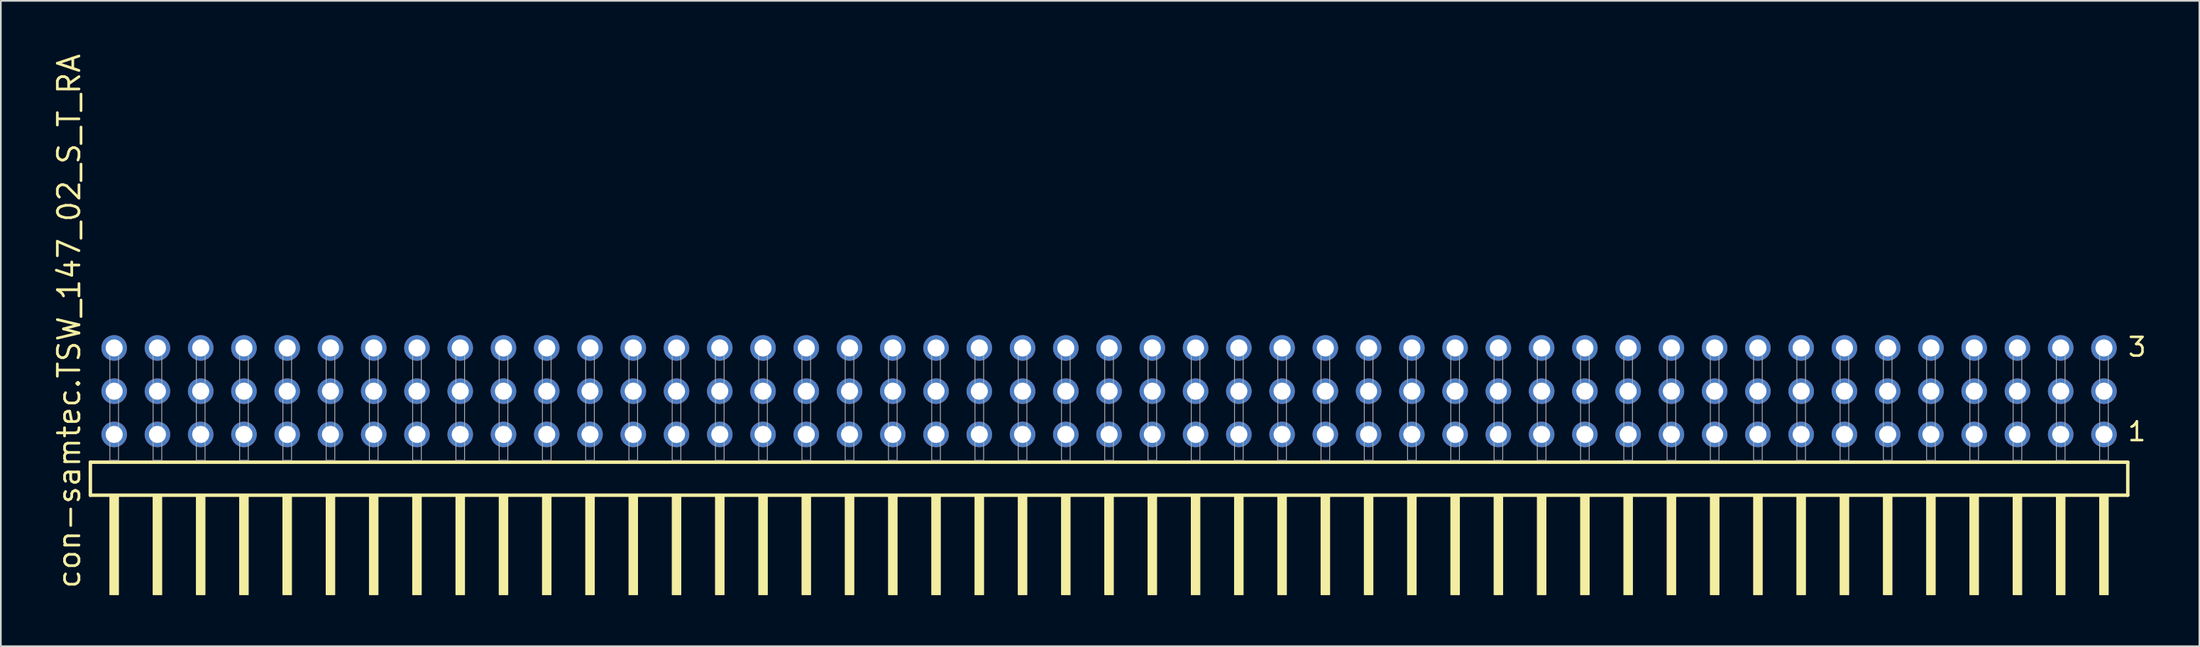
<source format=kicad_pcb>
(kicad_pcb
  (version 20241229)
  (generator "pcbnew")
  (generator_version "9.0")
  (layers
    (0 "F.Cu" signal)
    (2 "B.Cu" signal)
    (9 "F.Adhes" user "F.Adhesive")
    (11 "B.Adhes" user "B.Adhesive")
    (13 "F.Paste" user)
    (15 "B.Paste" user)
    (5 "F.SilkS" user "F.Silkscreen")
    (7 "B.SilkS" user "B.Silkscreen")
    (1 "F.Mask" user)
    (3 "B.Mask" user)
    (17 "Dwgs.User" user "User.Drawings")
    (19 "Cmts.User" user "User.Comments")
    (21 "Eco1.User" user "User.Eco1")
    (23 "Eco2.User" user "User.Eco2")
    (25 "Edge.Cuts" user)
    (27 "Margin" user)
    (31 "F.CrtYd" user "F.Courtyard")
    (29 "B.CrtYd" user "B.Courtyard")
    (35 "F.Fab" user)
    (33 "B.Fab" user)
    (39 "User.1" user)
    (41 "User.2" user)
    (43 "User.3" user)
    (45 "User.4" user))
  (footprint "con-samtec.TSW_147_02_S_T_RA"
    (layer "F.Cu")
    (at 62.075 23.993)
    (property "Reference" "con-samtec.TSW_147_02_S_T_RA" (at -60.325 7.62 90) (layer "F.SilkS") (effects (font (size 1.27 1.27) (thickness 0.16)) (justify left bottom)))
    (attr through_hole)
    (fp_line (start -59.819 0.106) (end -59.819 2.046) (stroke (width 0.203) (type default)) (layer "F.SilkS"))
    (fp_line (start -59.819 2.046) (end 59.819 2.046) (stroke (width 0.203) (type default)) (layer "F.SilkS"))
    (fp_line (start 59.819 0.106) (end -59.819 0.106) (stroke (width 0.203) (type default)) (layer "F.SilkS"))
    (fp_line (start 59.819 2.046) (end 59.819 0.106) (stroke (width 0.203) (type default)) (layer "F.SilkS"))
    (fp_rect (start -58.674 7.89) (end -58.166 2.04) (stroke (width 0.05) (type default)) (fill yes) (layer "F.SilkS"))
    (fp_rect (start -56.134 7.89) (end -55.626 2.04) (stroke (width 0.05) (type default)) (fill yes) (layer "F.SilkS"))
    (fp_rect (start -53.594 7.89) (end -53.086 2.04) (stroke (width 0.05) (type default)) (fill yes) (layer "F.SilkS"))
    (fp_rect (start -51.054 7.89) (end -50.546 2.04) (stroke (width 0.05) (type default)) (fill yes) (layer "F.SilkS"))
    (fp_rect (start -48.514 7.89) (end -48.006 2.04) (stroke (width 0.05) (type default)) (fill yes) (layer "F.SilkS"))
    (fp_rect (start -45.974 7.89) (end -45.466 2.04) (stroke (width 0.05) (type default)) (fill yes) (layer "F.SilkS"))
    (fp_rect (start -43.434 7.89) (end -42.926 2.04) (stroke (width 0.05) (type default)) (fill yes) (layer "F.SilkS"))
    (fp_rect (start -40.894 7.89) (end -40.386 2.04) (stroke (width 0.05) (type default)) (fill yes) (layer "F.SilkS"))
    (fp_rect (start -38.354 7.89) (end -37.846 2.04) (stroke (width 0.05) (type default)) (fill yes) (layer "F.SilkS"))
    (fp_rect (start -35.814 7.89) (end -35.306 2.04) (stroke (width 0.05) (type default)) (fill yes) (layer "F.SilkS"))
    (fp_rect (start -33.274 7.89) (end -32.766 2.04) (stroke (width 0.05) (type default)) (fill yes) (layer "F.SilkS"))
    (fp_rect (start -30.734 7.89) (end -30.226 2.04) (stroke (width 0.05) (type default)) (fill yes) (layer "F.SilkS"))
    (fp_rect (start -28.194 7.89) (end -27.686 2.04) (stroke (width 0.05) (type default)) (fill yes) (layer "F.SilkS"))
    (fp_rect (start -25.654 7.89) (end -25.146 2.04) (stroke (width 0.05) (type default)) (fill yes) (layer "F.SilkS"))
    (fp_rect (start -23.114 7.89) (end -22.606 2.04) (stroke (width 0.05) (type default)) (fill yes) (layer "F.SilkS"))
    (fp_rect (start -20.574 7.89) (end -20.066 2.04) (stroke (width 0.05) (type default)) (fill yes) (layer "F.SilkS"))
    (fp_rect (start -18.034 7.89) (end -17.526 2.04) (stroke (width 0.05) (type default)) (fill yes) (layer "F.SilkS"))
    (fp_rect (start -15.494 7.89) (end -14.986 2.04) (stroke (width 0.05) (type default)) (fill yes) (layer "F.SilkS"))
    (fp_rect (start -12.954 7.89) (end -12.446 2.04) (stroke (width 0.05) (type default)) (fill yes) (layer "F.SilkS"))
    (fp_rect (start -10.414 7.89) (end -9.906 2.04) (stroke (width 0.05) (type default)) (fill yes) (layer "F.SilkS"))
    (fp_rect (start -7.874 7.89) (end -7.366 2.04) (stroke (width 0.05) (type default)) (fill yes) (layer "F.SilkS"))
    (fp_rect (start -5.334 7.89) (end -4.826 2.04) (stroke (width 0.05) (type default)) (fill yes) (layer "F.SilkS"))
    (fp_rect (start -2.794 7.89) (end -2.286 2.04) (stroke (width 0.05) (type default)) (fill yes) (layer "F.SilkS"))
    (fp_rect (start -0.254 7.89) (end 0.254 2.04) (stroke (width 0.05) (type default)) (fill yes) (layer "F.SilkS"))
    (fp_rect (start 2.286 7.89) (end 2.794 2.04) (stroke (width 0.05) (type default)) (fill yes) (layer "F.SilkS"))
    (fp_rect (start 4.826 7.89) (end 5.334 2.04) (stroke (width 0.05) (type default)) (fill yes) (layer "F.SilkS"))
    (fp_rect (start 7.366 7.89) (end 7.874 2.04) (stroke (width 0.05) (type default)) (fill yes) (layer "F.SilkS"))
    (fp_rect (start 9.906 7.89) (end 10.414 2.04) (stroke (width 0.05) (type default)) (fill yes) (layer "F.SilkS"))
    (fp_rect (start 12.446 7.89) (end 12.954 2.04) (stroke (width 0.05) (type default)) (fill yes) (layer "F.SilkS"))
    (fp_rect (start 14.986 7.89) (end 15.494 2.04) (stroke (width 0.05) (type default)) (fill yes) (layer "F.SilkS"))
    (fp_rect (start 17.526 7.89) (end 18.034 2.04) (stroke (width 0.05) (type default)) (fill yes) (layer "F.SilkS"))
    (fp_rect (start 20.066 7.89) (end 20.574 2.04) (stroke (width 0.05) (type default)) (fill yes) (layer "F.SilkS"))
    (fp_rect (start 22.606 7.89) (end 23.114 2.04) (stroke (width 0.05) (type default)) (fill yes) (layer "F.SilkS"))
    (fp_rect (start 25.146 7.89) (end 25.654 2.04) (stroke (width 0.05) (type default)) (fill yes) (layer "F.SilkS"))
    (fp_rect (start 27.686 7.89) (end 28.194 2.04) (stroke (width 0.05) (type default)) (fill yes) (layer "F.SilkS"))
    (fp_rect (start 30.226 7.89) (end 30.734 2.04) (stroke (width 0.05) (type default)) (fill yes) (layer "F.SilkS"))
    (fp_rect (start 32.766 7.89) (end 33.274 2.04) (stroke (width 0.05) (type default)) (fill yes) (layer "F.SilkS"))
    (fp_rect (start 35.306 7.89) (end 35.814 2.04) (stroke (width 0.05) (type default)) (fill yes) (layer "F.SilkS"))
    (fp_rect (start 37.846 7.89) (end 38.354 2.04) (stroke (width 0.05) (type default)) (fill yes) (layer "F.SilkS"))
    (fp_rect (start 40.386 7.89) (end 40.894 2.04) (stroke (width 0.05) (type default)) (fill yes) (layer "F.SilkS"))
    (fp_rect (start 42.926 7.89) (end 43.434 2.04) (stroke (width 0.05) (type default)) (fill yes) (layer "F.SilkS"))
    (fp_rect (start 45.466 7.89) (end 45.974 2.04) (stroke (width 0.05) (type default)) (fill yes) (layer "F.SilkS"))
    (fp_rect (start 48.006 7.89) (end 48.514 2.04) (stroke (width 0.05) (type default)) (fill yes) (layer "F.SilkS"))
    (fp_rect (start 50.546 7.89) (end 51.054 2.04) (stroke (width 0.05) (type default)) (fill yes) (layer "F.SilkS"))
    (fp_rect (start 53.086 7.89) (end 53.594 2.04) (stroke (width 0.05) (type default)) (fill yes) (layer "F.SilkS"))
    (fp_rect (start 55.626 7.89) (end 56.134 2.04) (stroke (width 0.05) (type default)) (fill yes) (layer "F.SilkS"))
    (fp_rect (start 58.166 7.89) (end 58.674 2.04) (stroke (width 0.05) (type default)) (fill yes) (layer "F.SilkS"))
    (fp_rect (start -58.674 0) (end -58.166 -6.858) (stroke (width 0.05) (type default)) (fill no) (layer "F.Fab"))
    (fp_rect (start -56.134 0) (end -55.626 -6.858) (stroke (width 0.05) (type default)) (fill no) (layer "F.Fab"))
    (fp_rect (start -53.594 0) (end -53.086 -6.858) (stroke (width 0.05) (type default)) (fill no) (layer "F.Fab"))
    (fp_rect (start -51.054 0) (end -50.546 -6.858) (stroke (width 0.05) (type default)) (fill no) (layer "F.Fab"))
    (fp_rect (start -48.514 0) (end -48.006 -6.858) (stroke (width 0.05) (type default)) (fill no) (layer "F.Fab"))
    (fp_rect (start -45.974 0) (end -45.466 -6.858) (stroke (width 0.05) (type default)) (fill no) (layer "F.Fab"))
    (fp_rect (start -43.434 0) (end -42.926 -6.858) (stroke (width 0.05) (type default)) (fill no) (layer "F.Fab"))
    (fp_rect (start -40.894 0) (end -40.386 -6.858) (stroke (width 0.05) (type default)) (fill no) (layer "F.Fab"))
    (fp_rect (start -38.354 0) (end -37.846 -6.858) (stroke (width 0.05) (type default)) (fill no) (layer "F.Fab"))
    (fp_rect (start -35.814 0) (end -35.306 -6.858) (stroke (width 0.05) (type default)) (fill no) (layer "F.Fab"))
    (fp_rect (start -33.274 0) (end -32.766 -6.858) (stroke (width 0.05) (type default)) (fill no) (layer "F.Fab"))
    (fp_rect (start -30.734 0) (end -30.226 -6.858) (stroke (width 0.05) (type default)) (fill no) (layer "F.Fab"))
    (fp_rect (start -28.194 0) (end -27.686 -6.858) (stroke (width 0.05) (type default)) (fill no) (layer "F.Fab"))
    (fp_rect (start -25.654 0) (end -25.146 -6.858) (stroke (width 0.05) (type default)) (fill no) (layer "F.Fab"))
    (fp_rect (start -23.114 0) (end -22.606 -6.858) (stroke (width 0.05) (type default)) (fill no) (layer "F.Fab"))
    (fp_rect (start -20.574 0) (end -20.066 -6.858) (stroke (width 0.05) (type default)) (fill no) (layer "F.Fab"))
    (fp_rect (start -18.034 0) (end -17.526 -6.858) (stroke (width 0.05) (type default)) (fill no) (layer "F.Fab"))
    (fp_rect (start -15.494 0) (end -14.986 -6.858) (stroke (width 0.05) (type default)) (fill no) (layer "F.Fab"))
    (fp_rect (start -12.954 0) (end -12.446 -6.858) (stroke (width 0.05) (type default)) (fill no) (layer "F.Fab"))
    (fp_rect (start -10.414 0) (end -9.906 -6.858) (stroke (width 0.05) (type default)) (fill no) (layer "F.Fab"))
    (fp_rect (start -7.874 0) (end -7.366 -6.858) (stroke (width 0.05) (type default)) (fill no) (layer "F.Fab"))
    (fp_rect (start -5.334 0) (end -4.826 -6.858) (stroke (width 0.05) (type default)) (fill no) (layer "F.Fab"))
    (fp_rect (start -2.794 0) (end -2.286 -6.858) (stroke (width 0.05) (type default)) (fill no) (layer "F.Fab"))
    (fp_rect (start -0.254 0) (end 0.254 -6.858) (stroke (width 0.05) (type default)) (fill no) (layer "F.Fab"))
    (fp_rect (start 2.286 0) (end 2.794 -6.858) (stroke (width 0.05) (type default)) (fill no) (layer "F.Fab"))
    (fp_rect (start 4.826 0) (end 5.334 -6.858) (stroke (width 0.05) (type default)) (fill no) (layer "F.Fab"))
    (fp_rect (start 7.366 0) (end 7.874 -6.858) (stroke (width 0.05) (type default)) (fill no) (layer "F.Fab"))
    (fp_rect (start 9.906 0) (end 10.414 -6.858) (stroke (width 0.05) (type default)) (fill no) (layer "F.Fab"))
    (fp_rect (start 12.446 0) (end 12.954 -6.858) (stroke (width 0.05) (type default)) (fill no) (layer "F.Fab"))
    (fp_rect (start 14.986 0) (end 15.494 -6.858) (stroke (width 0.05) (type default)) (fill no) (layer "F.Fab"))
    (fp_rect (start 17.526 0) (end 18.034 -6.858) (stroke (width 0.05) (type default)) (fill no) (layer "F.Fab"))
    (fp_rect (start 20.066 0) (end 20.574 -6.858) (stroke (width 0.05) (type default)) (fill no) (layer "F.Fab"))
    (fp_rect (start 22.606 0) (end 23.114 -6.858) (stroke (width 0.05) (type default)) (fill no) (layer "F.Fab"))
    (fp_rect (start 25.146 0) (end 25.654 -6.858) (stroke (width 0.05) (type default)) (fill no) (layer "F.Fab"))
    (fp_rect (start 27.686 0) (end 28.194 -6.858) (stroke (width 0.05) (type default)) (fill no) (layer "F.Fab"))
    (fp_rect (start 30.226 0) (end 30.734 -6.858) (stroke (width 0.05) (type default)) (fill no) (layer "F.Fab"))
    (fp_rect (start 32.766 0) (end 33.274 -6.858) (stroke (width 0.05) (type default)) (fill no) (layer "F.Fab"))
    (fp_rect (start 35.306 0) (end 35.814 -6.858) (stroke (width 0.05) (type default)) (fill no) (layer "F.Fab"))
    (fp_rect (start 37.846 0) (end 38.354 -6.858) (stroke (width 0.05) (type default)) (fill no) (layer "F.Fab"))
    (fp_rect (start 40.386 0) (end 40.894 -6.858) (stroke (width 0.05) (type default)) (fill no) (layer "F.Fab"))
    (fp_rect (start 42.926 0) (end 43.434 -6.858) (stroke (width 0.05) (type default)) (fill no) (layer "F.Fab"))
    (fp_rect (start 45.466 0) (end 45.974 -6.858) (stroke (width 0.05) (type default)) (fill no) (layer "F.Fab"))
    (fp_rect (start 48.006 0) (end 48.514 -6.858) (stroke (width 0.05) (type default)) (fill no) (layer "F.Fab"))
    (fp_rect (start 50.546 0) (end 51.054 -6.858) (stroke (width 0.05) (type default)) (fill no) (layer "F.Fab"))
    (fp_rect (start 53.086 0) (end 53.594 -6.858) (stroke (width 0.05) (type default)) (fill no) (layer "F.Fab"))
    (fp_rect (start 55.626 0) (end 56.134 -6.858) (stroke (width 0.05) (type default)) (fill no) (layer "F.Fab"))
    (fp_rect (start 58.166 0) (end 58.674 -6.858) (stroke (width 0.05) (type default)) (fill no) (layer "F.Fab"))
    (fp_text user "1" (at 59.73 -1.05 0) (layer "F.SilkS") (effects (font (size 1.1 1.1) (thickness 0.15)) (justify left bottom)))
    (fp_text user "3" (at 59.745 -6.015 0) (layer "F.SilkS") (effects (font (size 1.1 1.1) (thickness 0.15)) (justify left bottom)))
    (pad "1" thru_hole circle (at 58.42 -1.524 180) (size 1.5 1.5) (drill 1) (layers "*.Cu" "*.Mask"))
    (pad "2" thru_hole circle (at 58.42 -4.064 180) (size 1.5 1.5) (drill 1) (layers "*.Cu" "*.Mask"))
    (pad "3" thru_hole circle (at 58.42 -6.604 180) (size 1.5 1.5) (drill 1) (layers "*.Cu" "*.Mask"))
    (pad "4" thru_hole circle (at 55.88 -1.524 180) (size 1.5 1.5) (drill 1) (layers "*.Cu" "*.Mask"))
    (pad "5" thru_hole circle (at 55.88 -4.064 180) (size 1.5 1.5) (drill 1) (layers "*.Cu" "*.Mask"))
    (pad "6" thru_hole circle (at 55.88 -6.604 180) (size 1.5 1.5) (drill 1) (layers "*.Cu" "*.Mask"))
    (pad "7" thru_hole circle (at 53.34 -1.524 180) (size 1.5 1.5) (drill 1) (layers "*.Cu" "*.Mask"))
    (pad "8" thru_hole circle (at 53.34 -4.064 180) (size 1.5 1.5) (drill 1) (layers "*.Cu" "*.Mask"))
    (pad "9" thru_hole circle (at 53.34 -6.604 180) (size 1.5 1.5) (drill 1) (layers "*.Cu" "*.Mask"))
    (pad "10" thru_hole circle (at 50.8 -1.524 180) (size 1.5 1.5) (drill 1) (layers "*.Cu" "*.Mask"))
    (pad "11" thru_hole circle (at 50.8 -4.064 180) (size 1.5 1.5) (drill 1) (layers "*.Cu" "*.Mask"))
    (pad "12" thru_hole circle (at 50.8 -6.604 180) (size 1.5 1.5) (drill 1) (layers "*.Cu" "*.Mask"))
    (pad "13" thru_hole circle (at 48.26 -1.524 180) (size 1.5 1.5) (drill 1) (layers "*.Cu" "*.Mask"))
    (pad "14" thru_hole circle (at 48.26 -4.064 180) (size 1.5 1.5) (drill 1) (layers "*.Cu" "*.Mask"))
    (pad "15" thru_hole circle (at 48.26 -6.604 180) (size 1.5 1.5) (drill 1) (layers "*.Cu" "*.Mask"))
    (pad "16" thru_hole circle (at 45.72 -1.524 180) (size 1.5 1.5) (drill 1) (layers "*.Cu" "*.Mask"))
    (pad "17" thru_hole circle (at 45.72 -4.064 180) (size 1.5 1.5) (drill 1) (layers "*.Cu" "*.Mask"))
    (pad "18" thru_hole circle (at 45.72 -6.604 180) (size 1.5 1.5) (drill 1) (layers "*.Cu" "*.Mask"))
    (pad "19" thru_hole circle (at 43.18 -1.524 180) (size 1.5 1.5) (drill 1) (layers "*.Cu" "*.Mask"))
    (pad "20" thru_hole circle (at 43.18 -4.064 180) (size 1.5 1.5) (drill 1) (layers "*.Cu" "*.Mask"))
    (pad "21" thru_hole circle (at 43.18 -6.604 180) (size 1.5 1.5) (drill 1) (layers "*.Cu" "*.Mask"))
    (pad "22" thru_hole circle (at 40.64 -1.524 180) (size 1.5 1.5) (drill 1) (layers "*.Cu" "*.Mask"))
    (pad "23" thru_hole circle (at 40.64 -4.064 180) (size 1.5 1.5) (drill 1) (layers "*.Cu" "*.Mask"))
    (pad "24" thru_hole circle (at 40.64 -6.604 180) (size 1.5 1.5) (drill 1) (layers "*.Cu" "*.Mask"))
    (pad "25" thru_hole circle (at 38.1 -1.524 180) (size 1.5 1.5) (drill 1) (layers "*.Cu" "*.Mask"))
    (pad "26" thru_hole circle (at 38.1 -4.064 180) (size 1.5 1.5) (drill 1) (layers "*.Cu" "*.Mask"))
    (pad "27" thru_hole circle (at 38.1 -6.604 180) (size 1.5 1.5) (drill 1) (layers "*.Cu" "*.Mask"))
    (pad "28" thru_hole circle (at 35.56 -1.524 180) (size 1.5 1.5) (drill 1) (layers "*.Cu" "*.Mask"))
    (pad "29" thru_hole circle (at 35.56 -4.064 180) (size 1.5 1.5) (drill 1) (layers "*.Cu" "*.Mask"))
    (pad "30" thru_hole circle (at 35.56 -6.604 180) (size 1.5 1.5) (drill 1) (layers "*.Cu" "*.Mask"))
    (pad "31" thru_hole circle (at 33.02 -1.524 180) (size 1.5 1.5) (drill 1) (layers "*.Cu" "*.Mask"))
    (pad "32" thru_hole circle (at 33.02 -4.064 180) (size 1.5 1.5) (drill 1) (layers "*.Cu" "*.Mask"))
    (pad "33" thru_hole circle (at 33.02 -6.604 180) (size 1.5 1.5) (drill 1) (layers "*.Cu" "*.Mask"))
    (pad "34" thru_hole circle (at 30.48 -1.524 180) (size 1.5 1.5) (drill 1) (layers "*.Cu" "*.Mask"))
    (pad "35" thru_hole circle (at 30.48 -4.064 180) (size 1.5 1.5) (drill 1) (layers "*.Cu" "*.Mask"))
    (pad "36" thru_hole circle (at 30.48 -6.604 180) (size 1.5 1.5) (drill 1) (layers "*.Cu" "*.Mask"))
    (pad "37" thru_hole circle (at 27.94 -1.524 180) (size 1.5 1.5) (drill 1) (layers "*.Cu" "*.Mask"))
    (pad "38" thru_hole circle (at 27.94 -4.064 180) (size 1.5 1.5) (drill 1) (layers "*.Cu" "*.Mask"))
    (pad "39" thru_hole circle (at 27.94 -6.604 180) (size 1.5 1.5) (drill 1) (layers "*.Cu" "*.Mask"))
    (pad "40" thru_hole circle (at 25.4 -1.524 180) (size 1.5 1.5) (drill 1) (layers "*.Cu" "*.Mask"))
    (pad "41" thru_hole circle (at 25.4 -4.064 180) (size 1.5 1.5) (drill 1) (layers "*.Cu" "*.Mask"))
    (pad "42" thru_hole circle (at 25.4 -6.604 180) (size 1.5 1.5) (drill 1) (layers "*.Cu" "*.Mask"))
    (pad "43" thru_hole circle (at 22.86 -1.524 180) (size 1.5 1.5) (drill 1) (layers "*.Cu" "*.Mask"))
    (pad "44" thru_hole circle (at 22.86 -4.064 180) (size 1.5 1.5) (drill 1) (layers "*.Cu" "*.Mask"))
    (pad "45" thru_hole circle (at 22.86 -6.604 180) (size 1.5 1.5) (drill 1) (layers "*.Cu" "*.Mask"))
    (pad "46" thru_hole circle (at 20.32 -1.524 180) (size 1.5 1.5) (drill 1) (layers "*.Cu" "*.Mask"))
    (pad "47" thru_hole circle (at 20.32 -4.064 180) (size 1.5 1.5) (drill 1) (layers "*.Cu" "*.Mask"))
    (pad "48" thru_hole circle (at 20.32 -6.604 180) (size 1.5 1.5) (drill 1) (layers "*.Cu" "*.Mask"))
    (pad "49" thru_hole circle (at 17.78 -1.524 180) (size 1.5 1.5) (drill 1) (layers "*.Cu" "*.Mask"))
    (pad "50" thru_hole circle (at 17.78 -4.064 180) (size 1.5 1.5) (drill 1) (layers "*.Cu" "*.Mask"))
    (pad "51" thru_hole circle (at 17.78 -6.604 180) (size 1.5 1.5) (drill 1) (layers "*.Cu" "*.Mask"))
    (pad "52" thru_hole circle (at 15.24 -1.524 180) (size 1.5 1.5) (drill 1) (layers "*.Cu" "*.Mask"))
    (pad "53" thru_hole circle (at 15.24 -4.064 180) (size 1.5 1.5) (drill 1) (layers "*.Cu" "*.Mask"))
    (pad "54" thru_hole circle (at 15.24 -6.604 180) (size 1.5 1.5) (drill 1) (layers "*.Cu" "*.Mask"))
    (pad "55" thru_hole circle (at 12.7 -1.524 180) (size 1.5 1.5) (drill 1) (layers "*.Cu" "*.Mask"))
    (pad "56" thru_hole circle (at 12.7 -4.064 180) (size 1.5 1.5) (drill 1) (layers "*.Cu" "*.Mask"))
    (pad "57" thru_hole circle (at 12.7 -6.604 180) (size 1.5 1.5) (drill 1) (layers "*.Cu" "*.Mask"))
    (pad "58" thru_hole circle (at 10.16 -1.524 180) (size 1.5 1.5) (drill 1) (layers "*.Cu" "*.Mask"))
    (pad "59" thru_hole circle (at 10.16 -4.064 180) (size 1.5 1.5) (drill 1) (layers "*.Cu" "*.Mask"))
    (pad "60" thru_hole circle (at 10.16 -6.604 180) (size 1.5 1.5) (drill 1) (layers "*.Cu" "*.Mask"))
    (pad "61" thru_hole circle (at 7.62 -1.524 180) (size 1.5 1.5) (drill 1) (layers "*.Cu" "*.Mask"))
    (pad "62" thru_hole circle (at 7.62 -4.064 180) (size 1.5 1.5) (drill 1) (layers "*.Cu" "*.Mask"))
    (pad "63" thru_hole circle (at 7.62 -6.604 180) (size 1.5 1.5) (drill 1) (layers "*.Cu" "*.Mask"))
    (pad "64" thru_hole circle (at 5.08 -1.524 180) (size 1.5 1.5) (drill 1) (layers "*.Cu" "*.Mask"))
    (pad "65" thru_hole circle (at 5.08 -4.064 180) (size 1.5 1.5) (drill 1) (layers "*.Cu" "*.Mask"))
    (pad "66" thru_hole circle (at 5.08 -6.604 180) (size 1.5 1.5) (drill 1) (layers "*.Cu" "*.Mask"))
    (pad "67" thru_hole circle (at 2.54 -1.524 180) (size 1.5 1.5) (drill 1) (layers "*.Cu" "*.Mask"))
    (pad "68" thru_hole circle (at 2.54 -4.064 180) (size 1.5 1.5) (drill 1) (layers "*.Cu" "*.Mask"))
    (pad "69" thru_hole circle (at 2.54 -6.604 180) (size 1.5 1.5) (drill 1) (layers "*.Cu" "*.Mask"))
    (pad "70" thru_hole circle (at 0 -1.524 180) (size 1.5 1.5) (drill 1) (layers "*.Cu" "*.Mask"))
    (pad "71" thru_hole circle (at 0 -4.064 180) (size 1.5 1.5) (drill 1) (layers "*.Cu" "*.Mask"))
    (pad "72" thru_hole circle (at 0 -6.604 180) (size 1.5 1.5) (drill 1) (layers "*.Cu" "*.Mask"))
    (pad "73" thru_hole circle (at -2.54 -1.524 180) (size 1.5 1.5) (drill 1) (layers "*.Cu" "*.Mask"))
    (pad "74" thru_hole circle (at -2.54 -4.064 180) (size 1.5 1.5) (drill 1) (layers "*.Cu" "*.Mask"))
    (pad "75" thru_hole circle (at -2.54 -6.604 180) (size 1.5 1.5) (drill 1) (layers "*.Cu" "*.Mask"))
    (pad "76" thru_hole circle (at -5.08 -1.524 180) (size 1.5 1.5) (drill 1) (layers "*.Cu" "*.Mask"))
    (pad "77" thru_hole circle (at -5.08 -4.064 180) (size 1.5 1.5) (drill 1) (layers "*.Cu" "*.Mask"))
    (pad "78" thru_hole circle (at -5.08 -6.604 180) (size 1.5 1.5) (drill 1) (layers "*.Cu" "*.Mask"))
    (pad "79" thru_hole circle (at -7.62 -1.524 180) (size 1.5 1.5) (drill 1) (layers "*.Cu" "*.Mask"))
    (pad "80" thru_hole circle (at -7.62 -4.064 180) (size 1.5 1.5) (drill 1) (layers "*.Cu" "*.Mask"))
    (pad "81" thru_hole circle (at -7.62 -6.604 180) (size 1.5 1.5) (drill 1) (layers "*.Cu" "*.Mask"))
    (pad "82" thru_hole circle (at -10.16 -1.524 180) (size 1.5 1.5) (drill 1) (layers "*.Cu" "*.Mask"))
    (pad "83" thru_hole circle (at -10.16 -4.064 180) (size 1.5 1.5) (drill 1) (layers "*.Cu" "*.Mask"))
    (pad "84" thru_hole circle (at -10.16 -6.604 180) (size 1.5 1.5) (drill 1) (layers "*.Cu" "*.Mask"))
    (pad "85" thru_hole circle (at -12.7 -1.524 180) (size 1.5 1.5) (drill 1) (layers "*.Cu" "*.Mask"))
    (pad "86" thru_hole circle (at -12.7 -4.064 180) (size 1.5 1.5) (drill 1) (layers "*.Cu" "*.Mask"))
    (pad "87" thru_hole circle (at -12.7 -6.604 180) (size 1.5 1.5) (drill 1) (layers "*.Cu" "*.Mask"))
    (pad "88" thru_hole circle (at -15.24 -1.524 180) (size 1.5 1.5) (drill 1) (layers "*.Cu" "*.Mask"))
    (pad "89" thru_hole circle (at -15.24 -4.064 180) (size 1.5 1.5) (drill 1) (layers "*.Cu" "*.Mask"))
    (pad "90" thru_hole circle (at -15.24 -6.604 180) (size 1.5 1.5) (drill 1) (layers "*.Cu" "*.Mask"))
    (pad "91" thru_hole circle (at -17.78 -1.524 180) (size 1.5 1.5) (drill 1) (layers "*.Cu" "*.Mask"))
    (pad "92" thru_hole circle (at -17.78 -4.064 180) (size 1.5 1.5) (drill 1) (layers "*.Cu" "*.Mask"))
    (pad "93" thru_hole circle (at -17.78 -6.604 180) (size 1.5 1.5) (drill 1) (layers "*.Cu" "*.Mask"))
    (pad "94" thru_hole circle (at -20.32 -1.524 180) (size 1.5 1.5) (drill 1) (layers "*.Cu" "*.Mask"))
    (pad "95" thru_hole circle (at -20.32 -4.064 180) (size 1.5 1.5) (drill 1) (layers "*.Cu" "*.Mask"))
    (pad "96" thru_hole circle (at -20.32 -6.604 180) (size 1.5 1.5) (drill 1) (layers "*.Cu" "*.Mask"))
    (pad "97" thru_hole circle (at -22.86 -1.524 180) (size 1.5 1.5) (drill 1) (layers "*.Cu" "*.Mask"))
    (pad "98" thru_hole circle (at -22.86 -4.064 180) (size 1.5 1.5) (drill 1) (layers "*.Cu" "*.Mask"))
    (pad "99" thru_hole circle (at -22.86 -6.604 180) (size 1.5 1.5) (drill 1) (layers "*.Cu" "*.Mask"))
    (pad "100" thru_hole circle (at -25.4 -1.524 180) (size 1.5 1.5) (drill 1) (layers "*.Cu" "*.Mask"))
    (pad "101" thru_hole circle (at -25.4 -4.064 180) (size 1.5 1.5) (drill 1) (layers "*.Cu" "*.Mask"))
    (pad "102" thru_hole circle (at -25.4 -6.604 180) (size 1.5 1.5) (drill 1) (layers "*.Cu" "*.Mask"))
    (pad "103" thru_hole circle (at -27.94 -1.524 180) (size 1.5 1.5) (drill 1) (layers "*.Cu" "*.Mask"))
    (pad "104" thru_hole circle (at -27.94 -4.064 180) (size 1.5 1.5) (drill 1) (layers "*.Cu" "*.Mask"))
    (pad "105" thru_hole circle (at -27.94 -6.604 180) (size 1.5 1.5) (drill 1) (layers "*.Cu" "*.Mask"))
    (pad "106" thru_hole circle (at -30.48 -1.524 180) (size 1.5 1.5) (drill 1) (layers "*.Cu" "*.Mask"))
    (pad "107" thru_hole circle (at -30.48 -4.064 180) (size 1.5 1.5) (drill 1) (layers "*.Cu" "*.Mask"))
    (pad "108" thru_hole circle (at -30.48 -6.604 180) (size 1.5 1.5) (drill 1) (layers "*.Cu" "*.Mask"))
    (pad "109" thru_hole circle (at -33.02 -1.524 180) (size 1.5 1.5) (drill 1) (layers "*.Cu" "*.Mask"))
    (pad "110" thru_hole circle (at -33.02 -4.064 180) (size 1.5 1.5) (drill 1) (layers "*.Cu" "*.Mask"))
    (pad "111" thru_hole circle (at -33.02 -6.604 180) (size 1.5 1.5) (drill 1) (layers "*.Cu" "*.Mask"))
    (pad "112" thru_hole circle (at -35.56 -1.524 180) (size 1.5 1.5) (drill 1) (layers "*.Cu" "*.Mask"))
    (pad "113" thru_hole circle (at -35.56 -4.064 180) (size 1.5 1.5) (drill 1) (layers "*.Cu" "*.Mask"))
    (pad "114" thru_hole circle (at -35.56 -6.604 180) (size 1.5 1.5) (drill 1) (layers "*.Cu" "*.Mask"))
    (pad "115" thru_hole circle (at -38.1 -1.524 180) (size 1.5 1.5) (drill 1) (layers "*.Cu" "*.Mask"))
    (pad "116" thru_hole circle (at -38.1 -4.064 180) (size 1.5 1.5) (drill 1) (layers "*.Cu" "*.Mask"))
    (pad "117" thru_hole circle (at -38.1 -6.604 180) (size 1.5 1.5) (drill 1) (layers "*.Cu" "*.Mask"))
    (pad "118" thru_hole circle (at -40.64 -1.524 180) (size 1.5 1.5) (drill 1) (layers "*.Cu" "*.Mask"))
    (pad "119" thru_hole circle (at -40.64 -4.064 180) (size 1.5 1.5) (drill 1) (layers "*.Cu" "*.Mask"))
    (pad "120" thru_hole circle (at -40.64 -6.604 180) (size 1.5 1.5) (drill 1) (layers "*.Cu" "*.Mask"))
    (pad "121" thru_hole circle (at -43.18 -1.524 180) (size 1.5 1.5) (drill 1) (layers "*.Cu" "*.Mask"))
    (pad "122" thru_hole circle (at -43.18 -4.064 180) (size 1.5 1.5) (drill 1) (layers "*.Cu" "*.Mask"))
    (pad "123" thru_hole circle (at -43.18 -6.604 180) (size 1.5 1.5) (drill 1) (layers "*.Cu" "*.Mask"))
    (pad "124" thru_hole circle (at -45.72 -1.524 180) (size 1.5 1.5) (drill 1) (layers "*.Cu" "*.Mask"))
    (pad "125" thru_hole circle (at -45.72 -4.064 180) (size 1.5 1.5) (drill 1) (layers "*.Cu" "*.Mask"))
    (pad "126" thru_hole circle (at -45.72 -6.604 180) (size 1.5 1.5) (drill 1) (layers "*.Cu" "*.Mask"))
    (pad "127" thru_hole circle (at -48.26 -1.524 180) (size 1.5 1.5) (drill 1) (layers "*.Cu" "*.Mask"))
    (pad "128" thru_hole circle (at -48.26 -4.064 180) (size 1.5 1.5) (drill 1) (layers "*.Cu" "*.Mask"))
    (pad "129" thru_hole circle (at -48.26 -6.604 180) (size 1.5 1.5) (drill 1) (layers "*.Cu" "*.Mask"))
    (pad "130" thru_hole circle (at -50.8 -1.524 180) (size 1.5 1.5) (drill 1) (layers "*.Cu" "*.Mask"))
    (pad "131" thru_hole circle (at -50.8 -4.064 180) (size 1.5 1.5) (drill 1) (layers "*.Cu" "*.Mask"))
    (pad "132" thru_hole circle (at -50.8 -6.604 180) (size 1.5 1.5) (drill 1) (layers "*.Cu" "*.Mask"))
    (pad "133" thru_hole circle (at -53.34 -1.524 180) (size 1.5 1.5) (drill 1) (layers "*.Cu" "*.Mask"))
    (pad "134" thru_hole circle (at -53.34 -4.064 180) (size 1.5 1.5) (drill 1) (layers "*.Cu" "*.Mask"))
    (pad "135" thru_hole circle (at -53.34 -6.604 180) (size 1.5 1.5) (drill 1) (layers "*.Cu" "*.Mask"))
    (pad "136" thru_hole circle (at -55.88 -1.524 180) (size 1.5 1.5) (drill 1) (layers "*.Cu" "*.Mask"))
    (pad "137" thru_hole circle (at -55.88 -4.064 180) (size 1.5 1.5) (drill 1) (layers "*.Cu" "*.Mask"))
    (pad "138" thru_hole circle (at -55.88 -6.604 180) (size 1.5 1.5) (drill 1) (layers "*.Cu" "*.Mask"))
    (pad "139" thru_hole circle (at -58.42 -1.524 180) (size 1.5 1.5) (drill 1) (layers "*.Cu" "*.Mask"))
    (pad "140" thru_hole circle (at -58.42 -4.064 180) (size 1.5 1.5) (drill 1) (layers "*.Cu" "*.Mask"))
    (pad "141" thru_hole circle (at -58.42 -6.604 180) (size 1.5 1.5) (drill 1) (layers "*.Cu" "*.Mask")))
  (gr_rect
    (start -3 -3)
    (end 126.098 34.908)
    (stroke (width 0.1) (type default))
    (fill no)
    (layer "Edge.Cuts")))
</source>
